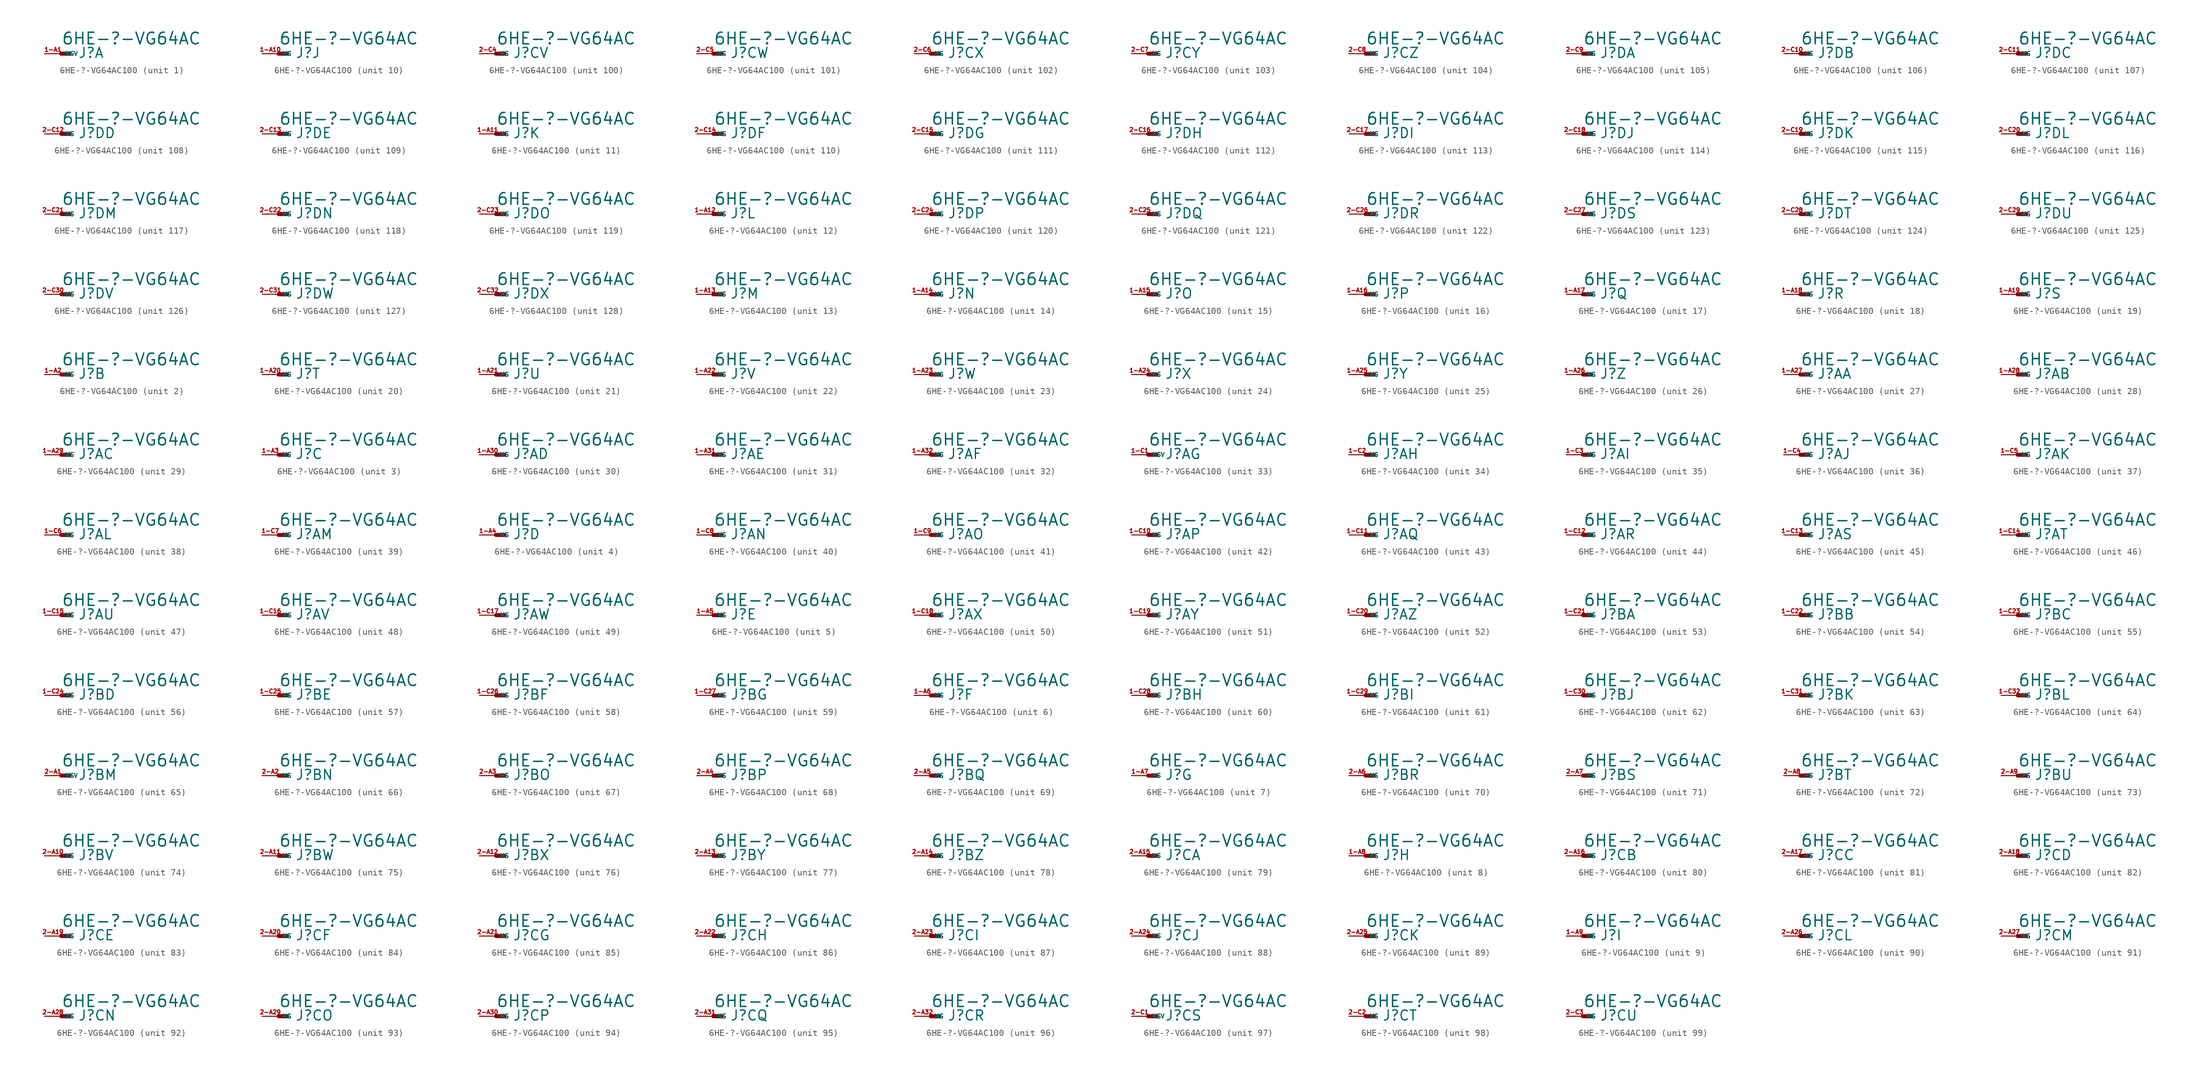
<source format=kicad_sym>
(kicad_symbol_lib
  (version 20220914)
  (generator Eagle2Kicad)
  (symbol "6HE-?-VG64AC100"
    (property "Reference" "J"
      (at 2.54 -0.762 0)
      (effects (font (size 1.524 1.524) (thickness 0.19)) (justify left bottom)))
    (property "Value" "6HE-?-VG64AC"
      (at 0 1.27 0)
      (effects (font (size 1.778 1.778) (thickness 0.22)) (justify left bottom)))
    (symbol "6HE-?-VG64AC100_1_0"
      (polyline (pts (xy 0 0) (xy 1.27 0)) (stroke (width 0.61) (type default)) (fill (type none)))
      (pin passive line (at -2.54 0 0) (length 2.54) (name "MSV" (effects (font (size 0.635 0.635) (thickness 0.08)) (justify left bottom))) (number "1-A1" (effects (font (size 0.635 0.635) (thickness 0.08)) (justify left bottom)))))
    (symbol "6HE-?-VG64AC100_2_0"
      (polyline (pts (xy 0 0) (xy 1.27 0)) (stroke (width 0.61) (type default)) (fill (type none)))
      (pin passive line (at -2.54 0 0) (length 2.54) (name "MS" (effects (font (size 0.635 0.635) (thickness 0.08)) (justify left bottom))) (number "1-A2" (effects (font (size 0.635 0.635) (thickness 0.08)) (justify left bottom)))))
    (symbol "6HE-?-VG64AC100_3_0"
      (polyline (pts (xy 0 0) (xy 1.27 0)) (stroke (width 0.61) (type default)) (fill (type none)))
      (pin passive line (at -2.54 0 0) (length 2.54) (name "MS" (effects (font (size 0.635 0.635) (thickness 0.08)) (justify left bottom))) (number "1-A3" (effects (font (size 0.635 0.635) (thickness 0.08)) (justify left bottom)))))
    (symbol "6HE-?-VG64AC100_4_0"
      (polyline (pts (xy 0 0) (xy 1.27 0)) (stroke (width 0.61) (type default)) (fill (type none)))
      (pin passive line (at -2.54 0 0) (length 2.54) (name "MS" (effects (font (size 0.635 0.635) (thickness 0.08)) (justify left bottom))) (number "1-A4" (effects (font (size 0.635 0.635) (thickness 0.08)) (justify left bottom)))))
    (symbol "6HE-?-VG64AC100_5_0"
      (polyline (pts (xy 0 0) (xy 1.27 0)) (stroke (width 0.61) (type default)) (fill (type none)))
      (pin passive line (at -2.54 0 0) (length 2.54) (name "MS" (effects (font (size 0.635 0.635) (thickness 0.08)) (justify left bottom))) (number "1-A5" (effects (font (size 0.635 0.635) (thickness 0.08)) (justify left bottom)))))
    (symbol "6HE-?-VG64AC100_6_0"
      (polyline (pts (xy 0 0) (xy 1.27 0)) (stroke (width 0.61) (type default)) (fill (type none)))
      (pin passive line (at -2.54 0 0) (length 2.54) (name "MS" (effects (font (size 0.635 0.635) (thickness 0.08)) (justify left bottom))) (number "1-A6" (effects (font (size 0.635 0.635) (thickness 0.08)) (justify left bottom)))))
    (symbol "6HE-?-VG64AC100_7_0"
      (polyline (pts (xy 0 0) (xy 1.27 0)) (stroke (width 0.61) (type default)) (fill (type none)))
      (pin passive line (at -2.54 0 0) (length 2.54) (name "MS" (effects (font (size 0.635 0.635) (thickness 0.08)) (justify left bottom))) (number "1-A7" (effects (font (size 0.635 0.635) (thickness 0.08)) (justify left bottom)))))
    (symbol "6HE-?-VG64AC100_8_0"
      (polyline (pts (xy 0 0) (xy 1.27 0)) (stroke (width 0.61) (type default)) (fill (type none)))
      (pin passive line (at -2.54 0 0) (length 2.54) (name "MS" (effects (font (size 0.635 0.635) (thickness 0.08)) (justify left bottom))) (number "1-A8" (effects (font (size 0.635 0.635) (thickness 0.08)) (justify left bottom)))))
    (symbol "6HE-?-VG64AC100_9_0"
      (polyline (pts (xy 0 0) (xy 1.27 0)) (stroke (width 0.61) (type default)) (fill (type none)))
      (pin passive line (at -2.54 0 0) (length 2.54) (name "MS" (effects (font (size 0.635 0.635) (thickness 0.08)) (justify left bottom))) (number "1-A9" (effects (font (size 0.635 0.635) (thickness 0.08)) (justify left bottom)))))
    (symbol "6HE-?-VG64AC100_10_0"
      (polyline (pts (xy 0 0) (xy 1.27 0)) (stroke (width 0.61) (type default)) (fill (type none)))
      (pin passive line (at -2.54 0 0) (length 2.54) (name "MS" (effects (font (size 0.635 0.635) (thickness 0.08)) (justify left bottom))) (number "1-A10" (effects (font (size 0.635 0.635) (thickness 0.08)) (justify left bottom)))))
    (symbol "6HE-?-VG64AC100_11_0"
      (polyline (pts (xy 0 0) (xy 1.27 0)) (stroke (width 0.61) (type default)) (fill (type none)))
      (pin passive line (at -2.54 0 0) (length 2.54) (name "MS" (effects (font (size 0.635 0.635) (thickness 0.08)) (justify left bottom))) (number "1-A11" (effects (font (size 0.635 0.635) (thickness 0.08)) (justify left bottom)))))
    (symbol "6HE-?-VG64AC100_12_0"
      (polyline (pts (xy 0 0) (xy 1.27 0)) (stroke (width 0.61) (type default)) (fill (type none)))
      (pin passive line (at -2.54 0 0) (length 2.54) (name "MS" (effects (font (size 0.635 0.635) (thickness 0.08)) (justify left bottom))) (number "1-A12" (effects (font (size 0.635 0.635) (thickness 0.08)) (justify left bottom)))))
    (symbol "6HE-?-VG64AC100_13_0"
      (polyline (pts (xy 0 0) (xy 1.27 0)) (stroke (width 0.61) (type default)) (fill (type none)))
      (pin passive line (at -2.54 0 0) (length 2.54) (name "MS" (effects (font (size 0.635 0.635) (thickness 0.08)) (justify left bottom))) (number "1-A13" (effects (font (size 0.635 0.635) (thickness 0.08)) (justify left bottom)))))
    (symbol "6HE-?-VG64AC100_14_0"
      (polyline (pts (xy 0 0) (xy 1.27 0)) (stroke (width 0.61) (type default)) (fill (type none)))
      (pin passive line (at -2.54 0 0) (length 2.54) (name "MS" (effects (font (size 0.635 0.635) (thickness 0.08)) (justify left bottom))) (number "1-A14" (effects (font (size 0.635 0.635) (thickness 0.08)) (justify left bottom)))))
    (symbol "6HE-?-VG64AC100_15_0"
      (polyline (pts (xy 0 0) (xy 1.27 0)) (stroke (width 0.61) (type default)) (fill (type none)))
      (pin passive line (at -2.54 0 0) (length 2.54) (name "MS" (effects (font (size 0.635 0.635) (thickness 0.08)) (justify left bottom))) (number "1-A15" (effects (font (size 0.635 0.635) (thickness 0.08)) (justify left bottom)))))
    (symbol "6HE-?-VG64AC100_16_0"
      (polyline (pts (xy 0 0) (xy 1.27 0)) (stroke (width 0.61) (type default)) (fill (type none)))
      (pin passive line (at -2.54 0 0) (length 2.54) (name "MS" (effects (font (size 0.635 0.635) (thickness 0.08)) (justify left bottom))) (number "1-A16" (effects (font (size 0.635 0.635) (thickness 0.08)) (justify left bottom)))))
    (symbol "6HE-?-VG64AC100_17_0"
      (polyline (pts (xy 0 0) (xy 1.27 0)) (stroke (width 0.61) (type default)) (fill (type none)))
      (pin passive line (at -2.54 0 0) (length 2.54) (name "MS" (effects (font (size 0.635 0.635) (thickness 0.08)) (justify left bottom))) (number "1-A17" (effects (font (size 0.635 0.635) (thickness 0.08)) (justify left bottom)))))
    (symbol "6HE-?-VG64AC100_18_0"
      (polyline (pts (xy 0 0) (xy 1.27 0)) (stroke (width 0.61) (type default)) (fill (type none)))
      (pin passive line (at -2.54 0 0) (length 2.54) (name "MS" (effects (font (size 0.635 0.635) (thickness 0.08)) (justify left bottom))) (number "1-A18" (effects (font (size 0.635 0.635) (thickness 0.08)) (justify left bottom)))))
    (symbol "6HE-?-VG64AC100_19_0"
      (polyline (pts (xy 0 0) (xy 1.27 0)) (stroke (width 0.61) (type default)) (fill (type none)))
      (pin passive line (at -2.54 0 0) (length 2.54) (name "MS" (effects (font (size 0.635 0.635) (thickness 0.08)) (justify left bottom))) (number "1-A19" (effects (font (size 0.635 0.635) (thickness 0.08)) (justify left bottom)))))
    (symbol "6HE-?-VG64AC100_20_0"
      (polyline (pts (xy 0 0) (xy 1.27 0)) (stroke (width 0.61) (type default)) (fill (type none)))
      (pin passive line (at -2.54 0 0) (length 2.54) (name "MS" (effects (font (size 0.635 0.635) (thickness 0.08)) (justify left bottom))) (number "1-A20" (effects (font (size 0.635 0.635) (thickness 0.08)) (justify left bottom)))))
    (symbol "6HE-?-VG64AC100_21_0"
      (polyline (pts (xy 0 0) (xy 1.27 0)) (stroke (width 0.61) (type default)) (fill (type none)))
      (pin passive line (at -2.54 0 0) (length 2.54) (name "MS" (effects (font (size 0.635 0.635) (thickness 0.08)) (justify left bottom))) (number "1-A21" (effects (font (size 0.635 0.635) (thickness 0.08)) (justify left bottom)))))
    (symbol "6HE-?-VG64AC100_22_0"
      (polyline (pts (xy 0 0) (xy 1.27 0)) (stroke (width 0.61) (type default)) (fill (type none)))
      (pin passive line (at -2.54 0 0) (length 2.54) (name "MS" (effects (font (size 0.635 0.635) (thickness 0.08)) (justify left bottom))) (number "1-A22" (effects (font (size 0.635 0.635) (thickness 0.08)) (justify left bottom)))))
    (symbol "6HE-?-VG64AC100_23_0"
      (polyline (pts (xy 0 0) (xy 1.27 0)) (stroke (width 0.61) (type default)) (fill (type none)))
      (pin passive line (at -2.54 0 0) (length 2.54) (name "MS" (effects (font (size 0.635 0.635) (thickness 0.08)) (justify left bottom))) (number "1-A23" (effects (font (size 0.635 0.635) (thickness 0.08)) (justify left bottom)))))
    (symbol "6HE-?-VG64AC100_24_0"
      (polyline (pts (xy 0 0) (xy 1.27 0)) (stroke (width 0.61) (type default)) (fill (type none)))
      (pin passive line (at -2.54 0 0) (length 2.54) (name "MS" (effects (font (size 0.635 0.635) (thickness 0.08)) (justify left bottom))) (number "1-A24" (effects (font (size 0.635 0.635) (thickness 0.08)) (justify left bottom)))))
    (symbol "6HE-?-VG64AC100_25_0"
      (polyline (pts (xy 0 0) (xy 1.27 0)) (stroke (width 0.61) (type default)) (fill (type none)))
      (pin passive line (at -2.54 0 0) (length 2.54) (name "MS" (effects (font (size 0.635 0.635) (thickness 0.08)) (justify left bottom))) (number "1-A25" (effects (font (size 0.635 0.635) (thickness 0.08)) (justify left bottom)))))
    (symbol "6HE-?-VG64AC100_26_0"
      (polyline (pts (xy 0 0) (xy 1.27 0)) (stroke (width 0.61) (type default)) (fill (type none)))
      (pin passive line (at -2.54 0 0) (length 2.54) (name "MS" (effects (font (size 0.635 0.635) (thickness 0.08)) (justify left bottom))) (number "1-A26" (effects (font (size 0.635 0.635) (thickness 0.08)) (justify left bottom)))))
    (symbol "6HE-?-VG64AC100_27_0"
      (polyline (pts (xy 0 0) (xy 1.27 0)) (stroke (width 0.61) (type default)) (fill (type none)))
      (pin passive line (at -2.54 0 0) (length 2.54) (name "MS" (effects (font (size 0.635 0.635) (thickness 0.08)) (justify left bottom))) (number "1-A27" (effects (font (size 0.635 0.635) (thickness 0.08)) (justify left bottom)))))
    (symbol "6HE-?-VG64AC100_28_0"
      (polyline (pts (xy 0 0) (xy 1.27 0)) (stroke (width 0.61) (type default)) (fill (type none)))
      (pin passive line (at -2.54 0 0) (length 2.54) (name "MS" (effects (font (size 0.635 0.635) (thickness 0.08)) (justify left bottom))) (number "1-A28" (effects (font (size 0.635 0.635) (thickness 0.08)) (justify left bottom)))))
    (symbol "6HE-?-VG64AC100_29_0"
      (polyline (pts (xy 0 0) (xy 1.27 0)) (stroke (width 0.61) (type default)) (fill (type none)))
      (pin passive line (at -2.54 0 0) (length 2.54) (name "MS" (effects (font (size 0.635 0.635) (thickness 0.08)) (justify left bottom))) (number "1-A29" (effects (font (size 0.635 0.635) (thickness 0.08)) (justify left bottom)))))
    (symbol "6HE-?-VG64AC100_30_0"
      (polyline (pts (xy 0 0) (xy 1.27 0)) (stroke (width 0.61) (type default)) (fill (type none)))
      (pin passive line (at -2.54 0 0) (length 2.54) (name "MS" (effects (font (size 0.635 0.635) (thickness 0.08)) (justify left bottom))) (number "1-A30" (effects (font (size 0.635 0.635) (thickness 0.08)) (justify left bottom)))))
    (symbol "6HE-?-VG64AC100_31_0"
      (polyline (pts (xy 0 0) (xy 1.27 0)) (stroke (width 0.61) (type default)) (fill (type none)))
      (pin passive line (at -2.54 0 0) (length 2.54) (name "MS" (effects (font (size 0.635 0.635) (thickness 0.08)) (justify left bottom))) (number "1-A31" (effects (font (size 0.635 0.635) (thickness 0.08)) (justify left bottom)))))
    (symbol "6HE-?-VG64AC100_32_0"
      (polyline (pts (xy 0 0) (xy 1.27 0)) (stroke (width 0.61) (type default)) (fill (type none)))
      (pin passive line (at -2.54 0 0) (length 2.54) (name "MS" (effects (font (size 0.635 0.635) (thickness 0.08)) (justify left bottom))) (number "1-A32" (effects (font (size 0.635 0.635) (thickness 0.08)) (justify left bottom)))))
    (symbol "6HE-?-VG64AC100_33_0"
      (polyline (pts (xy 0 0) (xy 1.27 0)) (stroke (width 0.61) (type default)) (fill (type none)))
      (pin passive line (at -2.54 0 0) (length 2.54) (name "MSV" (effects (font (size 0.635 0.635) (thickness 0.08)) (justify left bottom))) (number "1-C1" (effects (font (size 0.635 0.635) (thickness 0.08)) (justify left bottom)))))
    (symbol "6HE-?-VG64AC100_34_0"
      (polyline (pts (xy 0 0) (xy 1.27 0)) (stroke (width 0.61) (type default)) (fill (type none)))
      (pin passive line (at -2.54 0 0) (length 2.54) (name "MS" (effects (font (size 0.635 0.635) (thickness 0.08)) (justify left bottom))) (number "1-C2" (effects (font (size 0.635 0.635) (thickness 0.08)) (justify left bottom)))))
    (symbol "6HE-?-VG64AC100_35_0"
      (polyline (pts (xy 0 0) (xy 1.27 0)) (stroke (width 0.61) (type default)) (fill (type none)))
      (pin passive line (at -2.54 0 0) (length 2.54) (name "MS" (effects (font (size 0.635 0.635) (thickness 0.08)) (justify left bottom))) (number "1-C3" (effects (font (size 0.635 0.635) (thickness 0.08)) (justify left bottom)))))
    (symbol "6HE-?-VG64AC100_36_0"
      (polyline (pts (xy 0 0) (xy 1.27 0)) (stroke (width 0.61) (type default)) (fill (type none)))
      (pin passive line (at -2.54 0 0) (length 2.54) (name "MS" (effects (font (size 0.635 0.635) (thickness 0.08)) (justify left bottom))) (number "1-C4" (effects (font (size 0.635 0.635) (thickness 0.08)) (justify left bottom)))))
    (symbol "6HE-?-VG64AC100_37_0"
      (polyline (pts (xy 0 0) (xy 1.27 0)) (stroke (width 0.61) (type default)) (fill (type none)))
      (pin passive line (at -2.54 0 0) (length 2.54) (name "MS" (effects (font (size 0.635 0.635) (thickness 0.08)) (justify left bottom))) (number "1-C5" (effects (font (size 0.635 0.635) (thickness 0.08)) (justify left bottom)))))
    (symbol "6HE-?-VG64AC100_38_0"
      (polyline (pts (xy 0 0) (xy 1.27 0)) (stroke (width 0.61) (type default)) (fill (type none)))
      (pin passive line (at -2.54 0 0) (length 2.54) (name "MS" (effects (font (size 0.635 0.635) (thickness 0.08)) (justify left bottom))) (number "1-C6" (effects (font (size 0.635 0.635) (thickness 0.08)) (justify left bottom)))))
    (symbol "6HE-?-VG64AC100_39_0"
      (polyline (pts (xy 0 0) (xy 1.27 0)) (stroke (width 0.61) (type default)) (fill (type none)))
      (pin passive line (at -2.54 0 0) (length 2.54) (name "MS" (effects (font (size 0.635 0.635) (thickness 0.08)) (justify left bottom))) (number "1-C7" (effects (font (size 0.635 0.635) (thickness 0.08)) (justify left bottom)))))
    (symbol "6HE-?-VG64AC100_40_0"
      (polyline (pts (xy 0 0) (xy 1.27 0)) (stroke (width 0.61) (type default)) (fill (type none)))
      (pin passive line (at -2.54 0 0) (length 2.54) (name "MS" (effects (font (size 0.635 0.635) (thickness 0.08)) (justify left bottom))) (number "1-C8" (effects (font (size 0.635 0.635) (thickness 0.08)) (justify left bottom)))))
    (symbol "6HE-?-VG64AC100_41_0"
      (polyline (pts (xy 0 0) (xy 1.27 0)) (stroke (width 0.61) (type default)) (fill (type none)))
      (pin passive line (at -2.54 0 0) (length 2.54) (name "MS" (effects (font (size 0.635 0.635) (thickness 0.08)) (justify left bottom))) (number "1-C9" (effects (font (size 0.635 0.635) (thickness 0.08)) (justify left bottom)))))
    (symbol "6HE-?-VG64AC100_42_0"
      (polyline (pts (xy 0 0) (xy 1.27 0)) (stroke (width 0.61) (type default)) (fill (type none)))
      (pin passive line (at -2.54 0 0) (length 2.54) (name "MS" (effects (font (size 0.635 0.635) (thickness 0.08)) (justify left bottom))) (number "1-C10" (effects (font (size 0.635 0.635) (thickness 0.08)) (justify left bottom)))))
    (symbol "6HE-?-VG64AC100_43_0"
      (polyline (pts (xy 0 0) (xy 1.27 0)) (stroke (width 0.61) (type default)) (fill (type none)))
      (pin passive line (at -2.54 0 0) (length 2.54) (name "MS" (effects (font (size 0.635 0.635) (thickness 0.08)) (justify left bottom))) (number "1-C11" (effects (font (size 0.635 0.635) (thickness 0.08)) (justify left bottom)))))
    (symbol "6HE-?-VG64AC100_44_0"
      (polyline (pts (xy 0 0) (xy 1.27 0)) (stroke (width 0.61) (type default)) (fill (type none)))
      (pin passive line (at -2.54 0 0) (length 2.54) (name "MS" (effects (font (size 0.635 0.635) (thickness 0.08)) (justify left bottom))) (number "1-C12" (effects (font (size 0.635 0.635) (thickness 0.08)) (justify left bottom)))))
    (symbol "6HE-?-VG64AC100_45_0"
      (polyline (pts (xy 0 0) (xy 1.27 0)) (stroke (width 0.61) (type default)) (fill (type none)))
      (pin passive line (at -2.54 0 0) (length 2.54) (name "MS" (effects (font (size 0.635 0.635) (thickness 0.08)) (justify left bottom))) (number "1-C13" (effects (font (size 0.635 0.635) (thickness 0.08)) (justify left bottom)))))
    (symbol "6HE-?-VG64AC100_46_0"
      (polyline (pts (xy 0 0) (xy 1.27 0)) (stroke (width 0.61) (type default)) (fill (type none)))
      (pin passive line (at -2.54 0 0) (length 2.54) (name "MS" (effects (font (size 0.635 0.635) (thickness 0.08)) (justify left bottom))) (number "1-C14" (effects (font (size 0.635 0.635) (thickness 0.08)) (justify left bottom)))))
    (symbol "6HE-?-VG64AC100_47_0"
      (polyline (pts (xy 0 0) (xy 1.27 0)) (stroke (width 0.61) (type default)) (fill (type none)))
      (pin passive line (at -2.54 0 0) (length 2.54) (name "MS" (effects (font (size 0.635 0.635) (thickness 0.08)) (justify left bottom))) (number "1-C15" (effects (font (size 0.635 0.635) (thickness 0.08)) (justify left bottom)))))
    (symbol "6HE-?-VG64AC100_48_0"
      (polyline (pts (xy 0 0) (xy 1.27 0)) (stroke (width 0.61) (type default)) (fill (type none)))
      (pin passive line (at -2.54 0 0) (length 2.54) (name "MS" (effects (font (size 0.635 0.635) (thickness 0.08)) (justify left bottom))) (number "1-C16" (effects (font (size 0.635 0.635) (thickness 0.08)) (justify left bottom)))))
    (symbol "6HE-?-VG64AC100_49_0"
      (polyline (pts (xy 0 0) (xy 1.27 0)) (stroke (width 0.61) (type default)) (fill (type none)))
      (pin passive line (at -2.54 0 0) (length 2.54) (name "MS" (effects (font (size 0.635 0.635) (thickness 0.08)) (justify left bottom))) (number "1-C17" (effects (font (size 0.635 0.635) (thickness 0.08)) (justify left bottom)))))
    (symbol "6HE-?-VG64AC100_50_0"
      (polyline (pts (xy 0 0) (xy 1.27 0)) (stroke (width 0.61) (type default)) (fill (type none)))
      (pin passive line (at -2.54 0 0) (length 2.54) (name "MS" (effects (font (size 0.635 0.635) (thickness 0.08)) (justify left bottom))) (number "1-C18" (effects (font (size 0.635 0.635) (thickness 0.08)) (justify left bottom)))))
    (symbol "6HE-?-VG64AC100_51_0"
      (polyline (pts (xy 0 0) (xy 1.27 0)) (stroke (width 0.61) (type default)) (fill (type none)))
      (pin passive line (at -2.54 0 0) (length 2.54) (name "MS" (effects (font (size 0.635 0.635) (thickness 0.08)) (justify left bottom))) (number "1-C19" (effects (font (size 0.635 0.635) (thickness 0.08)) (justify left bottom)))))
    (symbol "6HE-?-VG64AC100_52_0"
      (polyline (pts (xy 0 0) (xy 1.27 0)) (stroke (width 0.61) (type default)) (fill (type none)))
      (pin passive line (at -2.54 0 0) (length 2.54) (name "MS" (effects (font (size 0.635 0.635) (thickness 0.08)) (justify left bottom))) (number "1-C20" (effects (font (size 0.635 0.635) (thickness 0.08)) (justify left bottom)))))
    (symbol "6HE-?-VG64AC100_53_0"
      (polyline (pts (xy 0 0) (xy 1.27 0)) (stroke (width 0.61) (type default)) (fill (type none)))
      (pin passive line (at -2.54 0 0) (length 2.54) (name "MS" (effects (font (size 0.635 0.635) (thickness 0.08)) (justify left bottom))) (number "1-C21" (effects (font (size 0.635 0.635) (thickness 0.08)) (justify left bottom)))))
    (symbol "6HE-?-VG64AC100_54_0"
      (polyline (pts (xy 0 0) (xy 1.27 0)) (stroke (width 0.61) (type default)) (fill (type none)))
      (pin passive line (at -2.54 0 0) (length 2.54) (name "MS" (effects (font (size 0.635 0.635) (thickness 0.08)) (justify left bottom))) (number "1-C22" (effects (font (size 0.635 0.635) (thickness 0.08)) (justify left bottom)))))
    (symbol "6HE-?-VG64AC100_55_0"
      (polyline (pts (xy 0 0) (xy 1.27 0)) (stroke (width 0.61) (type default)) (fill (type none)))
      (pin passive line (at -2.54 0 0) (length 2.54) (name "MS" (effects (font (size 0.635 0.635) (thickness 0.08)) (justify left bottom))) (number "1-C23" (effects (font (size 0.635 0.635) (thickness 0.08)) (justify left bottom)))))
    (symbol "6HE-?-VG64AC100_56_0"
      (polyline (pts (xy 0 0) (xy 1.27 0)) (stroke (width 0.61) (type default)) (fill (type none)))
      (pin passive line (at -2.54 0 0) (length 2.54) (name "MS" (effects (font (size 0.635 0.635) (thickness 0.08)) (justify left bottom))) (number "1-C24" (effects (font (size 0.635 0.635) (thickness 0.08)) (justify left bottom)))))
    (symbol "6HE-?-VG64AC100_57_0"
      (polyline (pts (xy 0 0) (xy 1.27 0)) (stroke (width 0.61) (type default)) (fill (type none)))
      (pin passive line (at -2.54 0 0) (length 2.54) (name "MS" (effects (font (size 0.635 0.635) (thickness 0.08)) (justify left bottom))) (number "1-C25" (effects (font (size 0.635 0.635) (thickness 0.08)) (justify left bottom)))))
    (symbol "6HE-?-VG64AC100_58_0"
      (polyline (pts (xy 0 0) (xy 1.27 0)) (stroke (width 0.61) (type default)) (fill (type none)))
      (pin passive line (at -2.54 0 0) (length 2.54) (name "MS" (effects (font (size 0.635 0.635) (thickness 0.08)) (justify left bottom))) (number "1-C26" (effects (font (size 0.635 0.635) (thickness 0.08)) (justify left bottom)))))
    (symbol "6HE-?-VG64AC100_59_0"
      (polyline (pts (xy 0 0) (xy 1.27 0)) (stroke (width 0.61) (type default)) (fill (type none)))
      (pin passive line (at -2.54 0 0) (length 2.54) (name "MS" (effects (font (size 0.635 0.635) (thickness 0.08)) (justify left bottom))) (number "1-C27" (effects (font (size 0.635 0.635) (thickness 0.08)) (justify left bottom)))))
    (symbol "6HE-?-VG64AC100_60_0"
      (polyline (pts (xy 0 0) (xy 1.27 0)) (stroke (width 0.61) (type default)) (fill (type none)))
      (pin passive line (at -2.54 0 0) (length 2.54) (name "MS" (effects (font (size 0.635 0.635) (thickness 0.08)) (justify left bottom))) (number "1-C28" (effects (font (size 0.635 0.635) (thickness 0.08)) (justify left bottom)))))
    (symbol "6HE-?-VG64AC100_61_0"
      (polyline (pts (xy 0 0) (xy 1.27 0)) (stroke (width 0.61) (type default)) (fill (type none)))
      (pin passive line (at -2.54 0 0) (length 2.54) (name "MS" (effects (font (size 0.635 0.635) (thickness 0.08)) (justify left bottom))) (number "1-C29" (effects (font (size 0.635 0.635) (thickness 0.08)) (justify left bottom)))))
    (symbol "6HE-?-VG64AC100_62_0"
      (polyline (pts (xy 0 0) (xy 1.27 0)) (stroke (width 0.61) (type default)) (fill (type none)))
      (pin passive line (at -2.54 0 0) (length 2.54) (name "MS" (effects (font (size 0.635 0.635) (thickness 0.08)) (justify left bottom))) (number "1-C30" (effects (font (size 0.635 0.635) (thickness 0.08)) (justify left bottom)))))
    (symbol "6HE-?-VG64AC100_63_0"
      (polyline (pts (xy 0 0) (xy 1.27 0)) (stroke (width 0.61) (type default)) (fill (type none)))
      (pin passive line (at -2.54 0 0) (length 2.54) (name "MS" (effects (font (size 0.635 0.635) (thickness 0.08)) (justify left bottom))) (number "1-C31" (effects (font (size 0.635 0.635) (thickness 0.08)) (justify left bottom)))))
    (symbol "6HE-?-VG64AC100_64_0"
      (polyline (pts (xy 0 0) (xy 1.27 0)) (stroke (width 0.61) (type default)) (fill (type none)))
      (pin passive line (at -2.54 0 0) (length 2.54) (name "MS" (effects (font (size 0.635 0.635) (thickness 0.08)) (justify left bottom))) (number "1-C32" (effects (font (size 0.635 0.635) (thickness 0.08)) (justify left bottom)))))
    (symbol "6HE-?-VG64AC100_65_0"
      (polyline (pts (xy 0 0) (xy 1.27 0)) (stroke (width 0.61) (type default)) (fill (type none)))
      (pin passive line (at -2.54 0 0) (length 2.54) (name "MSV" (effects (font (size 0.635 0.635) (thickness 0.08)) (justify left bottom))) (number "2-A1" (effects (font (size 0.635 0.635) (thickness 0.08)) (justify left bottom)))))
    (symbol "6HE-?-VG64AC100_66_0"
      (polyline (pts (xy 0 0) (xy 1.27 0)) (stroke (width 0.61) (type default)) (fill (type none)))
      (pin passive line (at -2.54 0 0) (length 2.54) (name "MS" (effects (font (size 0.635 0.635) (thickness 0.08)) (justify left bottom))) (number "2-A2" (effects (font (size 0.635 0.635) (thickness 0.08)) (justify left bottom)))))
    (symbol "6HE-?-VG64AC100_67_0"
      (polyline (pts (xy 0 0) (xy 1.27 0)) (stroke (width 0.61) (type default)) (fill (type none)))
      (pin passive line (at -2.54 0 0) (length 2.54) (name "MS" (effects (font (size 0.635 0.635) (thickness 0.08)) (justify left bottom))) (number "2-A3" (effects (font (size 0.635 0.635) (thickness 0.08)) (justify left bottom)))))
    (symbol "6HE-?-VG64AC100_68_0"
      (polyline (pts (xy 0 0) (xy 1.27 0)) (stroke (width 0.61) (type default)) (fill (type none)))
      (pin passive line (at -2.54 0 0) (length 2.54) (name "MS" (effects (font (size 0.635 0.635) (thickness 0.08)) (justify left bottom))) (number "2-A4" (effects (font (size 0.635 0.635) (thickness 0.08)) (justify left bottom)))))
    (symbol "6HE-?-VG64AC100_69_0"
      (polyline (pts (xy 0 0) (xy 1.27 0)) (stroke (width 0.61) (type default)) (fill (type none)))
      (pin passive line (at -2.54 0 0) (length 2.54) (name "MS" (effects (font (size 0.635 0.635) (thickness 0.08)) (justify left bottom))) (number "2-A5" (effects (font (size 0.635 0.635) (thickness 0.08)) (justify left bottom)))))
    (symbol "6HE-?-VG64AC100_70_0"
      (polyline (pts (xy 0 0) (xy 1.27 0)) (stroke (width 0.61) (type default)) (fill (type none)))
      (pin passive line (at -2.54 0 0) (length 2.54) (name "MS" (effects (font (size 0.635 0.635) (thickness 0.08)) (justify left bottom))) (number "2-A6" (effects (font (size 0.635 0.635) (thickness 0.08)) (justify left bottom)))))
    (symbol "6HE-?-VG64AC100_71_0"
      (polyline (pts (xy 0 0) (xy 1.27 0)) (stroke (width 0.61) (type default)) (fill (type none)))
      (pin passive line (at -2.54 0 0) (length 2.54) (name "MS" (effects (font (size 0.635 0.635) (thickness 0.08)) (justify left bottom))) (number "2-A7" (effects (font (size 0.635 0.635) (thickness 0.08)) (justify left bottom)))))
    (symbol "6HE-?-VG64AC100_72_0"
      (polyline (pts (xy 0 0) (xy 1.27 0)) (stroke (width 0.61) (type default)) (fill (type none)))
      (pin passive line (at -2.54 0 0) (length 2.54) (name "MS" (effects (font (size 0.635 0.635) (thickness 0.08)) (justify left bottom))) (number "2-A8" (effects (font (size 0.635 0.635) (thickness 0.08)) (justify left bottom)))))
    (symbol "6HE-?-VG64AC100_73_0"
      (polyline (pts (xy 0 0) (xy 1.27 0)) (stroke (width 0.61) (type default)) (fill (type none)))
      (pin passive line (at -2.54 0 0) (length 2.54) (name "MS" (effects (font (size 0.635 0.635) (thickness 0.08)) (justify left bottom))) (number "2-A9" (effects (font (size 0.635 0.635) (thickness 0.08)) (justify left bottom)))))
    (symbol "6HE-?-VG64AC100_74_0"
      (polyline (pts (xy 0 0) (xy 1.27 0)) (stroke (width 0.61) (type default)) (fill (type none)))
      (pin passive line (at -2.54 0 0) (length 2.54) (name "MS" (effects (font (size 0.635 0.635) (thickness 0.08)) (justify left bottom))) (number "2-A10" (effects (font (size 0.635 0.635) (thickness 0.08)) (justify left bottom)))))
    (symbol "6HE-?-VG64AC100_75_0"
      (polyline (pts (xy 0 0) (xy 1.27 0)) (stroke (width 0.61) (type default)) (fill (type none)))
      (pin passive line (at -2.54 0 0) (length 2.54) (name "MS" (effects (font (size 0.635 0.635) (thickness 0.08)) (justify left bottom))) (number "2-A11" (effects (font (size 0.635 0.635) (thickness 0.08)) (justify left bottom)))))
    (symbol "6HE-?-VG64AC100_76_0"
      (polyline (pts (xy 0 0) (xy 1.27 0)) (stroke (width 0.61) (type default)) (fill (type none)))
      (pin passive line (at -2.54 0 0) (length 2.54) (name "MS" (effects (font (size 0.635 0.635) (thickness 0.08)) (justify left bottom))) (number "2-A12" (effects (font (size 0.635 0.635) (thickness 0.08)) (justify left bottom)))))
    (symbol "6HE-?-VG64AC100_77_0"
      (polyline (pts (xy 0 0) (xy 1.27 0)) (stroke (width 0.61) (type default)) (fill (type none)))
      (pin passive line (at -2.54 0 0) (length 2.54) (name "MS" (effects (font (size 0.635 0.635) (thickness 0.08)) (justify left bottom))) (number "2-A13" (effects (font (size 0.635 0.635) (thickness 0.08)) (justify left bottom)))))
    (symbol "6HE-?-VG64AC100_78_0"
      (polyline (pts (xy 0 0) (xy 1.27 0)) (stroke (width 0.61) (type default)) (fill (type none)))
      (pin passive line (at -2.54 0 0) (length 2.54) (name "MS" (effects (font (size 0.635 0.635) (thickness 0.08)) (justify left bottom))) (number "2-A14" (effects (font (size 0.635 0.635) (thickness 0.08)) (justify left bottom)))))
    (symbol "6HE-?-VG64AC100_79_0"
      (polyline (pts (xy 0 0) (xy 1.27 0)) (stroke (width 0.61) (type default)) (fill (type none)))
      (pin passive line (at -2.54 0 0) (length 2.54) (name "MS" (effects (font (size 0.635 0.635) (thickness 0.08)) (justify left bottom))) (number "2-A15" (effects (font (size 0.635 0.635) (thickness 0.08)) (justify left bottom)))))
    (symbol "6HE-?-VG64AC100_80_0"
      (polyline (pts (xy 0 0) (xy 1.27 0)) (stroke (width 0.61) (type default)) (fill (type none)))
      (pin passive line (at -2.54 0 0) (length 2.54) (name "MS" (effects (font (size 0.635 0.635) (thickness 0.08)) (justify left bottom))) (number "2-A16" (effects (font (size 0.635 0.635) (thickness 0.08)) (justify left bottom)))))
    (symbol "6HE-?-VG64AC100_81_0"
      (polyline (pts (xy 0 0) (xy 1.27 0)) (stroke (width 0.61) (type default)) (fill (type none)))
      (pin passive line (at -2.54 0 0) (length 2.54) (name "MS" (effects (font (size 0.635 0.635) (thickness 0.08)) (justify left bottom))) (number "2-A17" (effects (font (size 0.635 0.635) (thickness 0.08)) (justify left bottom)))))
    (symbol "6HE-?-VG64AC100_82_0"
      (polyline (pts (xy 0 0) (xy 1.27 0)) (stroke (width 0.61) (type default)) (fill (type none)))
      (pin passive line (at -2.54 0 0) (length 2.54) (name "MS" (effects (font (size 0.635 0.635) (thickness 0.08)) (justify left bottom))) (number "2-A18" (effects (font (size 0.635 0.635) (thickness 0.08)) (justify left bottom)))))
    (symbol "6HE-?-VG64AC100_83_0"
      (polyline (pts (xy 0 0) (xy 1.27 0)) (stroke (width 0.61) (type default)) (fill (type none)))
      (pin passive line (at -2.54 0 0) (length 2.54) (name "MS" (effects (font (size 0.635 0.635) (thickness 0.08)) (justify left bottom))) (number "2-A19" (effects (font (size 0.635 0.635) (thickness 0.08)) (justify left bottom)))))
    (symbol "6HE-?-VG64AC100_84_0"
      (polyline (pts (xy 0 0) (xy 1.27 0)) (stroke (width 0.61) (type default)) (fill (type none)))
      (pin passive line (at -2.54 0 0) (length 2.54) (name "MS" (effects (font (size 0.635 0.635) (thickness 0.08)) (justify left bottom))) (number "2-A20" (effects (font (size 0.635 0.635) (thickness 0.08)) (justify left bottom)))))
    (symbol "6HE-?-VG64AC100_85_0"
      (polyline (pts (xy 0 0) (xy 1.27 0)) (stroke (width 0.61) (type default)) (fill (type none)))
      (pin passive line (at -2.54 0 0) (length 2.54) (name "MS" (effects (font (size 0.635 0.635) (thickness 0.08)) (justify left bottom))) (number "2-A21" (effects (font (size 0.635 0.635) (thickness 0.08)) (justify left bottom)))))
    (symbol "6HE-?-VG64AC100_86_0"
      (polyline (pts (xy 0 0) (xy 1.27 0)) (stroke (width 0.61) (type default)) (fill (type none)))
      (pin passive line (at -2.54 0 0) (length 2.54) (name "MS" (effects (font (size 0.635 0.635) (thickness 0.08)) (justify left bottom))) (number "2-A22" (effects (font (size 0.635 0.635) (thickness 0.08)) (justify left bottom)))))
    (symbol "6HE-?-VG64AC100_87_0"
      (polyline (pts (xy 0 0) (xy 1.27 0)) (stroke (width 0.61) (type default)) (fill (type none)))
      (pin passive line (at -2.54 0 0) (length 2.54) (name "MS" (effects (font (size 0.635 0.635) (thickness 0.08)) (justify left bottom))) (number "2-A23" (effects (font (size 0.635 0.635) (thickness 0.08)) (justify left bottom)))))
    (symbol "6HE-?-VG64AC100_88_0"
      (polyline (pts (xy 0 0) (xy 1.27 0)) (stroke (width 0.61) (type default)) (fill (type none)))
      (pin passive line (at -2.54 0 0) (length 2.54) (name "MS" (effects (font (size 0.635 0.635) (thickness 0.08)) (justify left bottom))) (number "2-A24" (effects (font (size 0.635 0.635) (thickness 0.08)) (justify left bottom)))))
    (symbol "6HE-?-VG64AC100_89_0"
      (polyline (pts (xy 0 0) (xy 1.27 0)) (stroke (width 0.61) (type default)) (fill (type none)))
      (pin passive line (at -2.54 0 0) (length 2.54) (name "MS" (effects (font (size 0.635 0.635) (thickness 0.08)) (justify left bottom))) (number "2-A25" (effects (font (size 0.635 0.635) (thickness 0.08)) (justify left bottom)))))
    (symbol "6HE-?-VG64AC100_90_0"
      (polyline (pts (xy 0 0) (xy 1.27 0)) (stroke (width 0.61) (type default)) (fill (type none)))
      (pin passive line (at -2.54 0 0) (length 2.54) (name "MS" (effects (font (size 0.635 0.635) (thickness 0.08)) (justify left bottom))) (number "2-A26" (effects (font (size 0.635 0.635) (thickness 0.08)) (justify left bottom)))))
    (symbol "6HE-?-VG64AC100_91_0"
      (polyline (pts (xy 0 0) (xy 1.27 0)) (stroke (width 0.61) (type default)) (fill (type none)))
      (pin passive line (at -2.54 0 0) (length 2.54) (name "MS" (effects (font (size 0.635 0.635) (thickness 0.08)) (justify left bottom))) (number "2-A27" (effects (font (size 0.635 0.635) (thickness 0.08)) (justify left bottom)))))
    (symbol "6HE-?-VG64AC100_92_0"
      (polyline (pts (xy 0 0) (xy 1.27 0)) (stroke (width 0.61) (type default)) (fill (type none)))
      (pin passive line (at -2.54 0 0) (length 2.54) (name "MS" (effects (font (size 0.635 0.635) (thickness 0.08)) (justify left bottom))) (number "2-A28" (effects (font (size 0.635 0.635) (thickness 0.08)) (justify left bottom)))))
    (symbol "6HE-?-VG64AC100_93_0"
      (polyline (pts (xy 0 0) (xy 1.27 0)) (stroke (width 0.61) (type default)) (fill (type none)))
      (pin passive line (at -2.54 0 0) (length 2.54) (name "MS" (effects (font (size 0.635 0.635) (thickness 0.08)) (justify left bottom))) (number "2-A29" (effects (font (size 0.635 0.635) (thickness 0.08)) (justify left bottom)))))
    (symbol "6HE-?-VG64AC100_94_0"
      (polyline (pts (xy 0 0) (xy 1.27 0)) (stroke (width 0.61) (type default)) (fill (type none)))
      (pin passive line (at -2.54 0 0) (length 2.54) (name "MS" (effects (font (size 0.635 0.635) (thickness 0.08)) (justify left bottom))) (number "2-A30" (effects (font (size 0.635 0.635) (thickness 0.08)) (justify left bottom)))))
    (symbol "6HE-?-VG64AC100_95_0"
      (polyline (pts (xy 0 0) (xy 1.27 0)) (stroke (width 0.61) (type default)) (fill (type none)))
      (pin passive line (at -2.54 0 0) (length 2.54) (name "MS" (effects (font (size 0.635 0.635) (thickness 0.08)) (justify left bottom))) (number "2-A31" (effects (font (size 0.635 0.635) (thickness 0.08)) (justify left bottom)))))
    (symbol "6HE-?-VG64AC100_96_0"
      (polyline (pts (xy 0 0) (xy 1.27 0)) (stroke (width 0.61) (type default)) (fill (type none)))
      (pin passive line (at -2.54 0 0) (length 2.54) (name "MS" (effects (font (size 0.635 0.635) (thickness 0.08)) (justify left bottom))) (number "2-A32" (effects (font (size 0.635 0.635) (thickness 0.08)) (justify left bottom)))))
    (symbol "6HE-?-VG64AC100_97_0"
      (polyline (pts (xy 0 0) (xy 1.27 0)) (stroke (width 0.61) (type default)) (fill (type none)))
      (pin passive line (at -2.54 0 0) (length 2.54) (name "MSV" (effects (font (size 0.635 0.635) (thickness 0.08)) (justify left bottom))) (number "2-C1" (effects (font (size 0.635 0.635) (thickness 0.08)) (justify left bottom)))))
    (symbol "6HE-?-VG64AC100_98_0"
      (polyline (pts (xy 0 0) (xy 1.27 0)) (stroke (width 0.61) (type default)) (fill (type none)))
      (pin passive line (at -2.54 0 0) (length 2.54) (name "MS" (effects (font (size 0.635 0.635) (thickness 0.08)) (justify left bottom))) (number "2-C2" (effects (font (size 0.635 0.635) (thickness 0.08)) (justify left bottom)))))
    (symbol "6HE-?-VG64AC100_99_0"
      (polyline (pts (xy 0 0) (xy 1.27 0)) (stroke (width 0.61) (type default)) (fill (type none)))
      (pin passive line (at -2.54 0 0) (length 2.54) (name "MS" (effects (font (size 0.635 0.635) (thickness 0.08)) (justify left bottom))) (number "2-C3" (effects (font (size 0.635 0.635) (thickness 0.08)) (justify left bottom)))))
    (symbol "6HE-?-VG64AC100_100_0"
      (polyline (pts (xy 0 0) (xy 1.27 0)) (stroke (width 0.61) (type default)) (fill (type none)))
      (pin passive line (at -2.54 0 0) (length 2.54) (name "MS" (effects (font (size 0.635 0.635) (thickness 0.08)) (justify left bottom))) (number "2-C4" (effects (font (size 0.635 0.635) (thickness 0.08)) (justify left bottom)))))
    (symbol "6HE-?-VG64AC100_101_0"
      (polyline (pts (xy 0 0) (xy 1.27 0)) (stroke (width 0.61) (type default)) (fill (type none)))
      (pin passive line (at -2.54 0 0) (length 2.54) (name "MS" (effects (font (size 0.635 0.635) (thickness 0.08)) (justify left bottom))) (number "2-C5" (effects (font (size 0.635 0.635) (thickness 0.08)) (justify left bottom)))))
    (symbol "6HE-?-VG64AC100_102_0"
      (polyline (pts (xy 0 0) (xy 1.27 0)) (stroke (width 0.61) (type default)) (fill (type none)))
      (pin passive line (at -2.54 0 0) (length 2.54) (name "MS" (effects (font (size 0.635 0.635) (thickness 0.08)) (justify left bottom))) (number "2-C6" (effects (font (size 0.635 0.635) (thickness 0.08)) (justify left bottom)))))
    (symbol "6HE-?-VG64AC100_103_0"
      (polyline (pts (xy 0 0) (xy 1.27 0)) (stroke (width 0.61) (type default)) (fill (type none)))
      (pin passive line (at -2.54 0 0) (length 2.54) (name "MS" (effects (font (size 0.635 0.635) (thickness 0.08)) (justify left bottom))) (number "2-C7" (effects (font (size 0.635 0.635) (thickness 0.08)) (justify left bottom)))))
    (symbol "6HE-?-VG64AC100_104_0"
      (polyline (pts (xy 0 0) (xy 1.27 0)) (stroke (width 0.61) (type default)) (fill (type none)))
      (pin passive line (at -2.54 0 0) (length 2.54) (name "MS" (effects (font (size 0.635 0.635) (thickness 0.08)) (justify left bottom))) (number "2-C8" (effects (font (size 0.635 0.635) (thickness 0.08)) (justify left bottom)))))
    (symbol "6HE-?-VG64AC100_105_0"
      (polyline (pts (xy 0 0) (xy 1.27 0)) (stroke (width 0.61) (type default)) (fill (type none)))
      (pin passive line (at -2.54 0 0) (length 2.54) (name "MS" (effects (font (size 0.635 0.635) (thickness 0.08)) (justify left bottom))) (number "2-C9" (effects (font (size 0.635 0.635) (thickness 0.08)) (justify left bottom)))))
    (symbol "6HE-?-VG64AC100_106_0"
      (polyline (pts (xy 0 0) (xy 1.27 0)) (stroke (width 0.61) (type default)) (fill (type none)))
      (pin passive line (at -2.54 0 0) (length 2.54) (name "MS" (effects (font (size 0.635 0.635) (thickness 0.08)) (justify left bottom))) (number "2-C10" (effects (font (size 0.635 0.635) (thickness 0.08)) (justify left bottom)))))
    (symbol "6HE-?-VG64AC100_107_0"
      (polyline (pts (xy 0 0) (xy 1.27 0)) (stroke (width 0.61) (type default)) (fill (type none)))
      (pin passive line (at -2.54 0 0) (length 2.54) (name "MS" (effects (font (size 0.635 0.635) (thickness 0.08)) (justify left bottom))) (number "2-C11" (effects (font (size 0.635 0.635) (thickness 0.08)) (justify left bottom)))))
    (symbol "6HE-?-VG64AC100_108_0"
      (polyline (pts (xy 0 0) (xy 1.27 0)) (stroke (width 0.61) (type default)) (fill (type none)))
      (pin passive line (at -2.54 0 0) (length 2.54) (name "MS" (effects (font (size 0.635 0.635) (thickness 0.08)) (justify left bottom))) (number "2-C12" (effects (font (size 0.635 0.635) (thickness 0.08)) (justify left bottom)))))
    (symbol "6HE-?-VG64AC100_109_0"
      (polyline (pts (xy 0 0) (xy 1.27 0)) (stroke (width 0.61) (type default)) (fill (type none)))
      (pin passive line (at -2.54 0 0) (length 2.54) (name "MS" (effects (font (size 0.635 0.635) (thickness 0.08)) (justify left bottom))) (number "2-C13" (effects (font (size 0.635 0.635) (thickness 0.08)) (justify left bottom)))))
    (symbol "6HE-?-VG64AC100_110_0"
      (polyline (pts (xy 0 0) (xy 1.27 0)) (stroke (width 0.61) (type default)) (fill (type none)))
      (pin passive line (at -2.54 0 0) (length 2.54) (name "MS" (effects (font (size 0.635 0.635) (thickness 0.08)) (justify left bottom))) (number "2-C14" (effects (font (size 0.635 0.635) (thickness 0.08)) (justify left bottom)))))
    (symbol "6HE-?-VG64AC100_111_0"
      (polyline (pts (xy 0 0) (xy 1.27 0)) (stroke (width 0.61) (type default)) (fill (type none)))
      (pin passive line (at -2.54 0 0) (length 2.54) (name "MS" (effects (font (size 0.635 0.635) (thickness 0.08)) (justify left bottom))) (number "2-C15" (effects (font (size 0.635 0.635) (thickness 0.08)) (justify left bottom)))))
    (symbol "6HE-?-VG64AC100_112_0"
      (polyline (pts (xy 0 0) (xy 1.27 0)) (stroke (width 0.61) (type default)) (fill (type none)))
      (pin passive line (at -2.54 0 0) (length 2.54) (name "MS" (effects (font (size 0.635 0.635) (thickness 0.08)) (justify left bottom))) (number "2-C16" (effects (font (size 0.635 0.635) (thickness 0.08)) (justify left bottom)))))
    (symbol "6HE-?-VG64AC100_113_0"
      (polyline (pts (xy 0 0) (xy 1.27 0)) (stroke (width 0.61) (type default)) (fill (type none)))
      (pin passive line (at -2.54 0 0) (length 2.54) (name "MS" (effects (font (size 0.635 0.635) (thickness 0.08)) (justify left bottom))) (number "2-C17" (effects (font (size 0.635 0.635) (thickness 0.08)) (justify left bottom)))))
    (symbol "6HE-?-VG64AC100_114_0"
      (polyline (pts (xy 0 0) (xy 1.27 0)) (stroke (width 0.61) (type default)) (fill (type none)))
      (pin passive line (at -2.54 0 0) (length 2.54) (name "MS" (effects (font (size 0.635 0.635) (thickness 0.08)) (justify left bottom))) (number "2-C18" (effects (font (size 0.635 0.635) (thickness 0.08)) (justify left bottom)))))
    (symbol "6HE-?-VG64AC100_115_0"
      (polyline (pts (xy 0 0) (xy 1.27 0)) (stroke (width 0.61) (type default)) (fill (type none)))
      (pin passive line (at -2.54 0 0) (length 2.54) (name "MS" (effects (font (size 0.635 0.635) (thickness 0.08)) (justify left bottom))) (number "2-C19" (effects (font (size 0.635 0.635) (thickness 0.08)) (justify left bottom)))))
    (symbol "6HE-?-VG64AC100_116_0"
      (polyline (pts (xy 0 0) (xy 1.27 0)) (stroke (width 0.61) (type default)) (fill (type none)))
      (pin passive line (at -2.54 0 0) (length 2.54) (name "MS" (effects (font (size 0.635 0.635) (thickness 0.08)) (justify left bottom))) (number "2-C20" (effects (font (size 0.635 0.635) (thickness 0.08)) (justify left bottom)))))
    (symbol "6HE-?-VG64AC100_117_0"
      (polyline (pts (xy 0 0) (xy 1.27 0)) (stroke (width 0.61) (type default)) (fill (type none)))
      (pin passive line (at -2.54 0 0) (length 2.54) (name "MS" (effects (font (size 0.635 0.635) (thickness 0.08)) (justify left bottom))) (number "2-C21" (effects (font (size 0.635 0.635) (thickness 0.08)) (justify left bottom)))))
    (symbol "6HE-?-VG64AC100_118_0"
      (polyline (pts (xy 0 0) (xy 1.27 0)) (stroke (width 0.61) (type default)) (fill (type none)))
      (pin passive line (at -2.54 0 0) (length 2.54) (name "MS" (effects (font (size 0.635 0.635) (thickness 0.08)) (justify left bottom))) (number "2-C22" (effects (font (size 0.635 0.635) (thickness 0.08)) (justify left bottom)))))
    (symbol "6HE-?-VG64AC100_119_0"
      (polyline (pts (xy 0 0) (xy 1.27 0)) (stroke (width 0.61) (type default)) (fill (type none)))
      (pin passive line (at -2.54 0 0) (length 2.54) (name "MS" (effects (font (size 0.635 0.635) (thickness 0.08)) (justify left bottom))) (number "2-C23" (effects (font (size 0.635 0.635) (thickness 0.08)) (justify left bottom)))))
    (symbol "6HE-?-VG64AC100_120_0"
      (polyline (pts (xy 0 0) (xy 1.27 0)) (stroke (width 0.61) (type default)) (fill (type none)))
      (pin passive line (at -2.54 0 0) (length 2.54) (name "MS" (effects (font (size 0.635 0.635) (thickness 0.08)) (justify left bottom))) (number "2-C24" (effects (font (size 0.635 0.635) (thickness 0.08)) (justify left bottom)))))
    (symbol "6HE-?-VG64AC100_121_0"
      (polyline (pts (xy 0 0) (xy 1.27 0)) (stroke (width 0.61) (type default)) (fill (type none)))
      (pin passive line (at -2.54 0 0) (length 2.54) (name "MS" (effects (font (size 0.635 0.635) (thickness 0.08)) (justify left bottom))) (number "2-C25" (effects (font (size 0.635 0.635) (thickness 0.08)) (justify left bottom)))))
    (symbol "6HE-?-VG64AC100_122_0"
      (polyline (pts (xy 0 0) (xy 1.27 0)) (stroke (width 0.61) (type default)) (fill (type none)))
      (pin passive line (at -2.54 0 0) (length 2.54) (name "MS" (effects (font (size 0.635 0.635) (thickness 0.08)) (justify left bottom))) (number "2-C26" (effects (font (size 0.635 0.635) (thickness 0.08)) (justify left bottom)))))
    (symbol "6HE-?-VG64AC100_123_0"
      (polyline (pts (xy 0 0) (xy 1.27 0)) (stroke (width 0.61) (type default)) (fill (type none)))
      (pin passive line (at -2.54 0 0) (length 2.54) (name "MS" (effects (font (size 0.635 0.635) (thickness 0.08)) (justify left bottom))) (number "2-C27" (effects (font (size 0.635 0.635) (thickness 0.08)) (justify left bottom)))))
    (symbol "6HE-?-VG64AC100_124_0"
      (polyline (pts (xy 0 0) (xy 1.27 0)) (stroke (width 0.61) (type default)) (fill (type none)))
      (pin passive line (at -2.54 0 0) (length 2.54) (name "MS" (effects (font (size 0.635 0.635) (thickness 0.08)) (justify left bottom))) (number "2-C28" (effects (font (size 0.635 0.635) (thickness 0.08)) (justify left bottom)))))
    (symbol "6HE-?-VG64AC100_125_0"
      (polyline (pts (xy 0 0) (xy 1.27 0)) (stroke (width 0.61) (type default)) (fill (type none)))
      (pin passive line (at -2.54 0 0) (length 2.54) (name "MS" (effects (font (size 0.635 0.635) (thickness 0.08)) (justify left bottom))) (number "2-C29" (effects (font (size 0.635 0.635) (thickness 0.08)) (justify left bottom)))))
    (symbol "6HE-?-VG64AC100_126_0"
      (polyline (pts (xy 0 0) (xy 1.27 0)) (stroke (width 0.61) (type default)) (fill (type none)))
      (pin passive line (at -2.54 0 0) (length 2.54) (name "MS" (effects (font (size 0.635 0.635) (thickness 0.08)) (justify left bottom))) (number "2-C30" (effects (font (size 0.635 0.635) (thickness 0.08)) (justify left bottom)))))
    (symbol "6HE-?-VG64AC100_127_0"
      (polyline (pts (xy 0 0) (xy 1.27 0)) (stroke (width 0.61) (type default)) (fill (type none)))
      (pin passive line (at -2.54 0 0) (length 2.54) (name "MS" (effects (font (size 0.635 0.635) (thickness 0.08)) (justify left bottom))) (number "2-C31" (effects (font (size 0.635 0.635) (thickness 0.08)) (justify left bottom)))))
    (symbol "6HE-?-VG64AC100_128_0"
      (polyline (pts (xy 0 0) (xy 1.27 0)) (stroke (width 0.61) (type default)) (fill (type none)))
      (pin passive line (at -2.54 0 0) (length 2.54) (name "MS" (effects (font (size 0.635 0.635) (thickness 0.08)) (justify left bottom))) (number "2-C32" (effects (font (size 0.635 0.635) (thickness 0.08)) (justify left bottom)))))))
</source>
